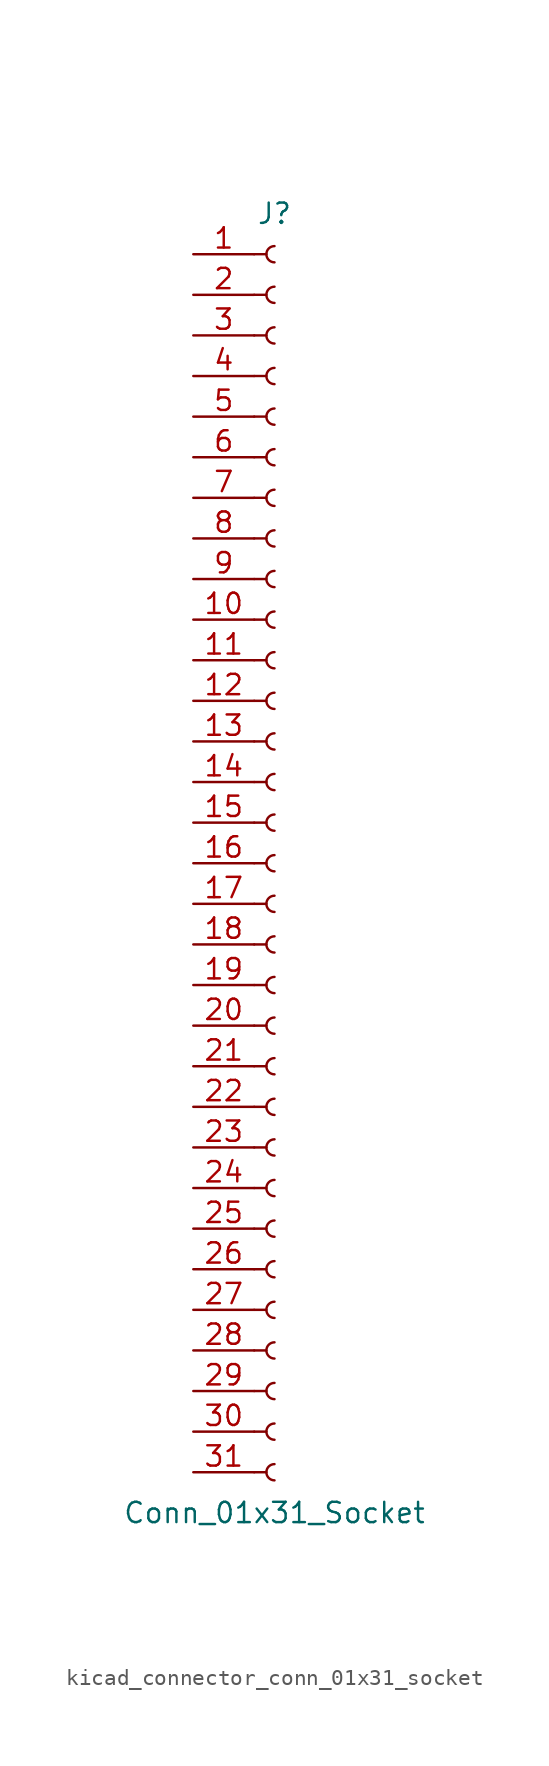
<source format=kicad_sym>
(kicad_symbol_lib
  (version 20220914)
  (generator kicad_symbol_editor)
  (symbol "kicad_connector_conn_01x31_socket"
    (pin_names
      (offset 1.016) hide)
    (property "Reference" "J"
      (at 0 40.64 0)
      (effects (font (size 1.27 1.27))))
    (property "Value" "Conn_01x31_Socket"
      (at 0 -40.64 0)
      (effects (font (size 1.27 1.27))))
    (property "ki_locked" ""
      (at 0 0 0)
      (effects (font (size 1.27 1.27))))
    (symbol "kicad_connector_conn_01x31_socket_1_1"
      (arc (start 0 -37.592) (mid -0.5058 -38.1) (end 0 -38.608) (stroke (width 0.1524) (type default)) (fill (type none)))
      (arc (start 0 -35.052) (mid -0.5058 -35.56) (end 0 -36.068) (stroke (width 0.1524) (type default)) (fill (type none)))
      (arc (start 0 -32.512) (mid -0.5058 -33.02) (end 0 -33.528) (stroke (width 0.1524) (type default)) (fill (type none)))
      (arc (start 0 -29.972) (mid -0.5058 -30.48) (end 0 -30.988) (stroke (width 0.1524) (type default)) (fill (type none)))
      (arc (start 0 -27.432) (mid -0.5058 -27.94) (end 0 -28.448) (stroke (width 0.1524) (type default)) (fill (type none)))
      (arc (start 0 -24.892) (mid -0.5058 -25.4) (end 0 -25.908) (stroke (width 0.1524) (type default)) (fill (type none)))
      (arc (start 0 -22.352) (mid -0.5058 -22.86) (end 0 -23.368) (stroke (width 0.1524) (type default)) (fill (type none)))
      (arc (start 0 -19.812) (mid -0.5058 -20.32) (end 0 -20.828) (stroke (width 0.1524) (type default)) (fill (type none)))
      (arc (start 0 -17.272) (mid -0.5058 -17.78) (end 0 -18.288) (stroke (width 0.1524) (type default)) (fill (type none)))
      (arc (start 0 -14.732) (mid -0.5058 -15.24) (end 0 -15.748) (stroke (width 0.1524) (type default)) (fill (type none)))
      (arc (start 0 -12.192) (mid -0.5058 -12.7) (end 0 -13.208) (stroke (width 0.1524) (type default)) (fill (type none)))
      (arc (start 0 -9.652) (mid -0.5058 -10.16) (end 0 -10.668) (stroke (width 0.1524) (type default)) (fill (type none)))
      (arc (start 0 -7.112) (mid -0.5058 -7.62) (end 0 -8.128) (stroke (width 0.1524) (type default)) (fill (type none)))
      (arc (start 0 -4.572) (mid -0.5058 -5.08) (end 0 -5.588) (stroke (width 0.1524) (type default)) (fill (type none)))
      (arc (start 0 -2.032) (mid -0.5058 -2.54) (end 0 -3.048) (stroke (width 0.1524) (type default)) (fill (type none)))
      (polyline (pts (xy -1.27 -38.1) (xy -0.508 -38.1)) (stroke (width 0.152) (type default)) (fill (type none)))
      (polyline (pts (xy -1.27 -35.56) (xy -0.508 -35.56)) (stroke (width 0.152) (type default)) (fill (type none)))
      (polyline (pts (xy -1.27 -33.02) (xy -0.508 -33.02)) (stroke (width 0.152) (type default)) (fill (type none)))
      (polyline (pts (xy -1.27 -30.48) (xy -0.508 -30.48)) (stroke (width 0.152) (type default)) (fill (type none)))
      (polyline (pts (xy -1.27 -27.94) (xy -0.508 -27.94)) (stroke (width 0.152) (type default)) (fill (type none)))
      (polyline (pts (xy -1.27 -25.4) (xy -0.508 -25.4)) (stroke (width 0.152) (type default)) (fill (type none)))
      (polyline (pts (xy -1.27 -22.86) (xy -0.508 -22.86)) (stroke (width 0.152) (type default)) (fill (type none)))
      (polyline (pts (xy -1.27 -20.32) (xy -0.508 -20.32)) (stroke (width 0.152) (type default)) (fill (type none)))
      (polyline (pts (xy -1.27 -17.78) (xy -0.508 -17.78)) (stroke (width 0.152) (type default)) (fill (type none)))
      (polyline (pts (xy -1.27 -15.24) (xy -0.508 -15.24)) (stroke (width 0.152) (type default)) (fill (type none)))
      (polyline (pts (xy -1.27 -12.7) (xy -0.508 -12.7)) (stroke (width 0.152) (type default)) (fill (type none)))
      (polyline (pts (xy -1.27 -10.16) (xy -0.508 -10.16)) (stroke (width 0.152) (type default)) (fill (type none)))
      (polyline (pts (xy -1.27 -7.62) (xy -0.508 -7.62)) (stroke (width 0.152) (type default)) (fill (type none)))
      (polyline (pts (xy -1.27 -5.08) (xy -0.508 -5.08)) (stroke (width 0.152) (type default)) (fill (type none)))
      (polyline (pts (xy -1.27 -2.54) (xy -0.508 -2.54)) (stroke (width 0.152) (type default)) (fill (type none)))
      (polyline (pts (xy -1.27 0) (xy -0.508 0)) (stroke (width 0.152) (type default)) (fill (type none)))
      (polyline (pts (xy -1.27 2.54) (xy -0.508 2.54)) (stroke (width 0.152) (type default)) (fill (type none)))
      (polyline (pts (xy -1.27 5.08) (xy -0.508 5.08)) (stroke (width 0.152) (type default)) (fill (type none)))
      (polyline (pts (xy -1.27 7.62) (xy -0.508 7.62)) (stroke (width 0.152) (type default)) (fill (type none)))
      (polyline (pts (xy -1.27 10.16) (xy -0.508 10.16)) (stroke (width 0.152) (type default)) (fill (type none)))
      (polyline (pts (xy -1.27 12.7) (xy -0.508 12.7)) (stroke (width 0.152) (type default)) (fill (type none)))
      (polyline (pts (xy -1.27 15.24) (xy -0.508 15.24)) (stroke (width 0.152) (type default)) (fill (type none)))
      (polyline (pts (xy -1.27 17.78) (xy -0.508 17.78)) (stroke (width 0.152) (type default)) (fill (type none)))
      (polyline (pts (xy -1.27 20.32) (xy -0.508 20.32)) (stroke (width 0.152) (type default)) (fill (type none)))
      (polyline (pts (xy -1.27 22.86) (xy -0.508 22.86)) (stroke (width 0.152) (type default)) (fill (type none)))
      (polyline (pts (xy -1.27 25.4) (xy -0.508 25.4)) (stroke (width 0.152) (type default)) (fill (type none)))
      (polyline (pts (xy -1.27 27.94) (xy -0.508 27.94)) (stroke (width 0.152) (type default)) (fill (type none)))
      (polyline (pts (xy -1.27 30.48) (xy -0.508 30.48)) (stroke (width 0.152) (type default)) (fill (type none)))
      (polyline (pts (xy -1.27 33.02) (xy -0.508 33.02)) (stroke (width 0.152) (type default)) (fill (type none)))
      (polyline (pts (xy -1.27 35.56) (xy -0.508 35.56)) (stroke (width 0.152) (type default)) (fill (type none)))
      (polyline (pts (xy -1.27 38.1) (xy -0.508 38.1)) (stroke (width 0.152) (type default)) (fill (type none)))
      (arc (start 0 0.508) (mid -0.5058 0) (end 0 -0.508) (stroke (width 0.1524) (type default)) (fill (type none)))
      (arc (start 0 3.048) (mid -0.5058 2.54) (end 0 2.032) (stroke (width 0.1524) (type default)) (fill (type none)))
      (arc (start 0 5.588) (mid -0.5058 5.08) (end 0 4.572) (stroke (width 0.1524) (type default)) (fill (type none)))
      (arc (start 0 8.128) (mid -0.5058 7.62) (end 0 7.112) (stroke (width 0.1524) (type default)) (fill (type none)))
      (arc (start 0 10.668) (mid -0.5058 10.16) (end 0 9.652) (stroke (width 0.1524) (type default)) (fill (type none)))
      (arc (start 0 13.208) (mid -0.5058 12.7) (end 0 12.192) (stroke (width 0.1524) (type default)) (fill (type none)))
      (arc (start 0 15.748) (mid -0.5058 15.24) (end 0 14.732) (stroke (width 0.1524) (type default)) (fill (type none)))
      (arc (start 0 18.288) (mid -0.5058 17.78) (end 0 17.272) (stroke (width 0.1524) (type default)) (fill (type none)))
      (arc (start 0 20.828) (mid -0.5058 20.32) (end 0 19.812) (stroke (width 0.1524) (type default)) (fill (type none)))
      (arc (start 0 23.368) (mid -0.5058 22.86) (end 0 22.352) (stroke (width 0.1524) (type default)) (fill (type none)))
      (arc (start 0 25.908) (mid -0.5058 25.4) (end 0 24.892) (stroke (width 0.1524) (type default)) (fill (type none)))
      (arc (start 0 28.448) (mid -0.5058 27.94) (end 0 27.432) (stroke (width 0.1524) (type default)) (fill (type none)))
      (arc (start 0 30.988) (mid -0.5058 30.48) (end 0 29.972) (stroke (width 0.1524) (type default)) (fill (type none)))
      (arc (start 0 33.528) (mid -0.5058 33.02) (end 0 32.512) (stroke (width 0.1524) (type default)) (fill (type none)))
      (arc (start 0 36.068) (mid -0.5058 35.56) (end 0 35.052) (stroke (width 0.1524) (type default)) (fill (type none)))
      (arc (start 0 38.608) (mid -0.5058 38.1) (end 0 37.592) (stroke (width 0.1524) (type default)) (fill (type none)))
      (pin passive line (at -5.08 38.1 0) (length 3.81) (name "Pin_1" (effects (font (size 1.27 1.27)))) (number "1" (effects (font (size 1.27 1.27)))))
      (pin passive line (at -5.08 15.24 0) (length 3.81) (name "Pin_10" (effects (font (size 1.27 1.27)))) (number "10" (effects (font (size 1.27 1.27)))))
      (pin passive line (at -5.08 12.7 0) (length 3.81) (name "Pin_11" (effects (font (size 1.27 1.27)))) (number "11" (effects (font (size 1.27 1.27)))))
      (pin passive line (at -5.08 10.16 0) (length 3.81) (name "Pin_12" (effects (font (size 1.27 1.27)))) (number "12" (effects (font (size 1.27 1.27)))))
      (pin passive line (at -5.08 7.62 0) (length 3.81) (name "Pin_13" (effects (font (size 1.27 1.27)))) (number "13" (effects (font (size 1.27 1.27)))))
      (pin passive line (at -5.08 5.08 0) (length 3.81) (name "Pin_14" (effects (font (size 1.27 1.27)))) (number "14" (effects (font (size 1.27 1.27)))))
      (pin passive line (at -5.08 2.54 0) (length 3.81) (name "Pin_15" (effects (font (size 1.27 1.27)))) (number "15" (effects (font (size 1.27 1.27)))))
      (pin passive line (at -5.08 0 0) (length 3.81) (name "Pin_16" (effects (font (size 1.27 1.27)))) (number "16" (effects (font (size 1.27 1.27)))))
      (pin passive line (at -5.08 -2.54 0) (length 3.81) (name "Pin_17" (effects (font (size 1.27 1.27)))) (number "17" (effects (font (size 1.27 1.27)))))
      (pin passive line (at -5.08 -5.08 0) (length 3.81) (name "Pin_18" (effects (font (size 1.27 1.27)))) (number "18" (effects (font (size 1.27 1.27)))))
      (pin passive line (at -5.08 -7.62 0) (length 3.81) (name "Pin_19" (effects (font (size 1.27 1.27)))) (number "19" (effects (font (size 1.27 1.27)))))
      (pin passive line (at -5.08 35.56 0) (length 3.81) (name "Pin_2" (effects (font (size 1.27 1.27)))) (number "2" (effects (font (size 1.27 1.27)))))
      (pin passive line (at -5.08 -10.16 0) (length 3.81) (name "Pin_20" (effects (font (size 1.27 1.27)))) (number "20" (effects (font (size 1.27 1.27)))))
      (pin passive line (at -5.08 -12.7 0) (length 3.81) (name "Pin_21" (effects (font (size 1.27 1.27)))) (number "21" (effects (font (size 1.27 1.27)))))
      (pin passive line (at -5.08 -15.24 0) (length 3.81) (name "Pin_22" (effects (font (size 1.27 1.27)))) (number "22" (effects (font (size 1.27 1.27)))))
      (pin passive line (at -5.08 -17.78 0) (length 3.81) (name "Pin_23" (effects (font (size 1.27 1.27)))) (number "23" (effects (font (size 1.27 1.27)))))
      (pin passive line (at -5.08 -20.32 0) (length 3.81) (name "Pin_24" (effects (font (size 1.27 1.27)))) (number "24" (effects (font (size 1.27 1.27)))))
      (pin passive line (at -5.08 -22.86 0) (length 3.81) (name "Pin_25" (effects (font (size 1.27 1.27)))) (number "25" (effects (font (size 1.27 1.27)))))
      (pin passive line (at -5.08 -25.4 0) (length 3.81) (name "Pin_26" (effects (font (size 1.27 1.27)))) (number "26" (effects (font (size 1.27 1.27)))))
      (pin passive line (at -5.08 -27.94 0) (length 3.81) (name "Pin_27" (effects (font (size 1.27 1.27)))) (number "27" (effects (font (size 1.27 1.27)))))
      (pin passive line (at -5.08 -30.48 0) (length 3.81) (name "Pin_28" (effects (font (size 1.27 1.27)))) (number "28" (effects (font (size 1.27 1.27)))))
      (pin passive line (at -5.08 -33.02 0) (length 3.81) (name "Pin_29" (effects (font (size 1.27 1.27)))) (number "29" (effects (font (size 1.27 1.27)))))
      (pin passive line (at -5.08 33.02 0) (length 3.81) (name "Pin_3" (effects (font (size 1.27 1.27)))) (number "3" (effects (font (size 1.27 1.27)))))
      (pin passive line (at -5.08 -35.56 0) (length 3.81) (name "Pin_30" (effects (font (size 1.27 1.27)))) (number "30" (effects (font (size 1.27 1.27)))))
      (pin passive line (at -5.08 -38.1 0) (length 3.81) (name "Pin_31" (effects (font (size 1.27 1.27)))) (number "31" (effects (font (size 1.27 1.27)))))
      (pin passive line (at -5.08 30.48 0) (length 3.81) (name "Pin_4" (effects (font (size 1.27 1.27)))) (number "4" (effects (font (size 1.27 1.27)))))
      (pin passive line (at -5.08 27.94 0) (length 3.81) (name "Pin_5" (effects (font (size 1.27 1.27)))) (number "5" (effects (font (size 1.27 1.27)))))
      (pin passive line (at -5.08 25.4 0) (length 3.81) (name "Pin_6" (effects (font (size 1.27 1.27)))) (number "6" (effects (font (size 1.27 1.27)))))
      (pin passive line (at -5.08 22.86 0) (length 3.81) (name "Pin_7" (effects (font (size 1.27 1.27)))) (number "7" (effects (font (size 1.27 1.27)))))
      (pin passive line (at -5.08 20.32 0) (length 3.81) (name "Pin_8" (effects (font (size 1.27 1.27)))) (number "8" (effects (font (size 1.27 1.27)))))
      (pin passive line (at -5.08 17.78 0) (length 3.81) (name "Pin_9" (effects (font (size 1.27 1.27)))) (number "9" (effects (font (size 1.27 1.27))))))))
</source>
